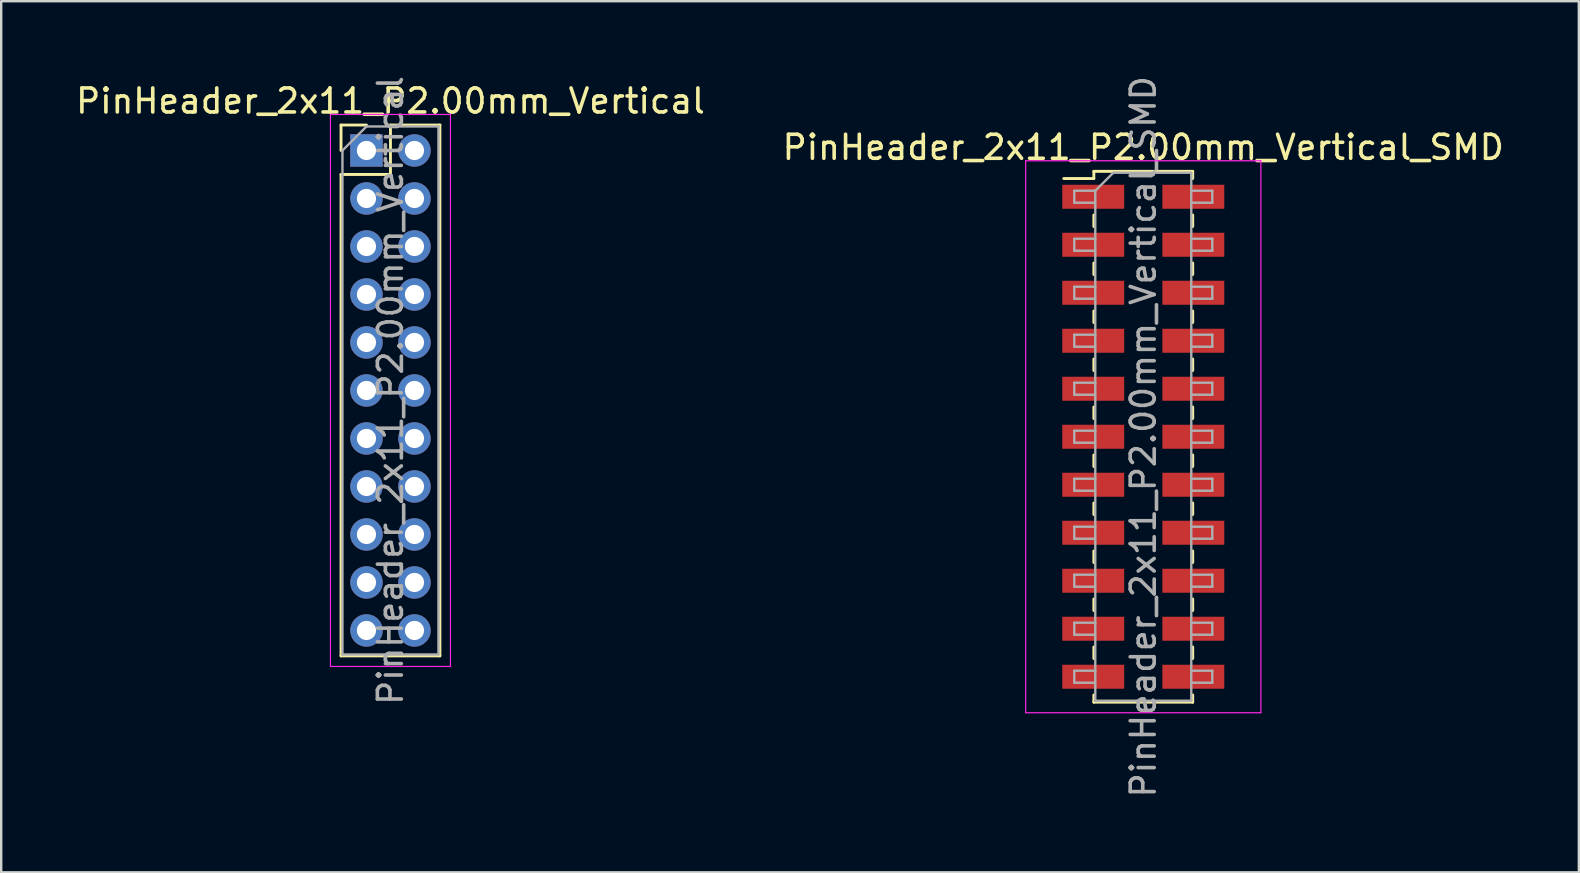
<source format=kicad_pcb>
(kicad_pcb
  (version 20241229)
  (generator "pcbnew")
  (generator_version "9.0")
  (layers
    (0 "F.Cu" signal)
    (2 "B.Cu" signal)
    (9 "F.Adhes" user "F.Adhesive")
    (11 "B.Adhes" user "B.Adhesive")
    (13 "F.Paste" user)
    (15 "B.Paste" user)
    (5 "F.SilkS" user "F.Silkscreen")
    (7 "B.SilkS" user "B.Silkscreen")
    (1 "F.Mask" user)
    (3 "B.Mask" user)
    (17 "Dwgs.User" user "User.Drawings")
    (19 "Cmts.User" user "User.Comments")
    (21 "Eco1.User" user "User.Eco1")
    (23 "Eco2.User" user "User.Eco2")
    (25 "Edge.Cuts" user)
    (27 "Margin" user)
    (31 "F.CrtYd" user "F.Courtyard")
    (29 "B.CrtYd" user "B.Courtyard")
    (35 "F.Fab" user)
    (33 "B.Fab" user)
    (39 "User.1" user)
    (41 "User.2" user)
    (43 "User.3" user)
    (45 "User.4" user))
  (footprint "PinHeader_2x11_P2.00mm_Vertical"
    (layer "F.Cu")
    (at 12.22 3.22)
    (property "Reference" "PinHeader_2x11_P2.00mm_Vertical" (at 1 -2.06 0) (layer "F.SilkS") (effects (font (size 1 1) (thickness 0.15))))
    (attr through_hole)
    (fp_line (start -1.06 -1.06) (end 0 -1.06) (stroke (width 0.12) (type solid)) (layer "F.SilkS"))
    (fp_line (start -1.06 0) (end -1.06 -1.06) (stroke (width 0.12) (type solid)) (layer "F.SilkS"))
    (fp_line (start -1.06 1) (end -1.06 21.06) (stroke (width 0.12) (type solid)) (layer "F.SilkS"))
    (fp_line (start -1.06 1) (end 1 1) (stroke (width 0.12) (type solid)) (layer "F.SilkS"))
    (fp_line (start -1.06 21.06) (end 3.06 21.06) (stroke (width 0.12) (type solid)) (layer "F.SilkS"))
    (fp_line (start 1 -1.06) (end 3.06 -1.06) (stroke (width 0.12) (type solid)) (layer "F.SilkS"))
    (fp_line (start 1 1) (end 1 -1.06) (stroke (width 0.12) (type solid)) (layer "F.SilkS"))
    (fp_line (start 3.06 -1.06) (end 3.06 21.06) (stroke (width 0.12) (type solid)) (layer "F.SilkS"))
    (fp_line (start -1.5 -1.5) (end -1.5 21.5) (stroke (width 0.05) (type solid)) (layer "F.CrtYd"))
    (fp_line (start -1.5 21.5) (end 3.5 21.5) (stroke (width 0.05) (type solid)) (layer "F.CrtYd"))
    (fp_line (start 3.5 -1.5) (end -1.5 -1.5) (stroke (width 0.05) (type solid)) (layer "F.CrtYd"))
    (fp_line (start 3.5 21.5) (end 3.5 -1.5) (stroke (width 0.05) (type solid)) (layer "F.CrtYd"))
    (fp_line (start -1 0) (end 0 -1) (stroke (width 0.1) (type solid)) (layer "F.Fab"))
    (fp_line (start -1 21) (end -1 0) (stroke (width 0.1) (type solid)) (layer "F.Fab"))
    (fp_line (start 0 -1) (end 3 -1) (stroke (width 0.1) (type solid)) (layer "F.Fab"))
    (fp_line (start 3 -1) (end 3 21) (stroke (width 0.1) (type solid)) (layer "F.Fab"))
    (fp_line (start 3 21) (end -1 21) (stroke (width 0.1) (type solid)) (layer "F.Fab"))
    (fp_text user "${REFERENCE}" (at 1 10 90) (layer "F.Fab") (effects (font (size 1 1) (thickness 0.15))))
    (pad "1" thru_hole rect (at 0 0) (size 1.35 1.35) (drill 0.8) (layers "*.Cu" "*.Mask"))
    (pad "2" thru_hole oval (at 2 0) (size 1.35 1.35) (drill 0.8) (layers "*.Cu" "*.Mask"))
    (pad "3" thru_hole oval (at 0 2) (size 1.35 1.35) (drill 0.8) (layers "*.Cu" "*.Mask"))
    (pad "4" thru_hole oval (at 2 2) (size 1.35 1.35) (drill 0.8) (layers "*.Cu" "*.Mask"))
    (pad "5" thru_hole oval (at 0 4) (size 1.35 1.35) (drill 0.8) (layers "*.Cu" "*.Mask"))
    (pad "6" thru_hole oval (at 2 4) (size 1.35 1.35) (drill 0.8) (layers "*.Cu" "*.Mask"))
    (pad "7" thru_hole oval (at 0 6) (size 1.35 1.35) (drill 0.8) (layers "*.Cu" "*.Mask"))
    (pad "8" thru_hole oval (at 2 6) (size 1.35 1.35) (drill 0.8) (layers "*.Cu" "*.Mask"))
    (pad "9" thru_hole oval (at 0 8) (size 1.35 1.35) (drill 0.8) (layers "*.Cu" "*.Mask"))
    (pad "10" thru_hole oval (at 2 8) (size 1.35 1.35) (drill 0.8) (layers "*.Cu" "*.Mask"))
    (pad "11" thru_hole oval (at 0 10) (size 1.35 1.35) (drill 0.8) (layers "*.Cu" "*.Mask"))
    (pad "12" thru_hole oval (at 2 10) (size 1.35 1.35) (drill 0.8) (layers "*.Cu" "*.Mask"))
    (pad "13" thru_hole oval (at 0 12) (size 1.35 1.35) (drill 0.8) (layers "*.Cu" "*.Mask"))
    (pad "14" thru_hole oval (at 2 12) (size 1.35 1.35) (drill 0.8) (layers "*.Cu" "*.Mask"))
    (pad "15" thru_hole oval (at 0 14) (size 1.35 1.35) (drill 0.8) (layers "*.Cu" "*.Mask"))
    (pad "16" thru_hole oval (at 2 14) (size 1.35 1.35) (drill 0.8) (layers "*.Cu" "*.Mask"))
    (pad "17" thru_hole oval (at 0 16) (size 1.35 1.35) (drill 0.8) (layers "*.Cu" "*.Mask"))
    (pad "18" thru_hole oval (at 2 16) (size 1.35 1.35) (drill 0.8) (layers "*.Cu" "*.Mask"))
    (pad "19" thru_hole oval (at 0 18) (size 1.35 1.35) (drill 0.8) (layers "*.Cu" "*.Mask"))
    (pad "20" thru_hole oval (at 2 18) (size 1.35 1.35) (drill 0.8) (layers "*.Cu" "*.Mask"))
    (pad "21" thru_hole oval (at 0 20) (size 1.35 1.35) (drill 0.8) (layers "*.Cu" "*.Mask"))
    (pad "22" thru_hole oval (at 2 20) (size 1.35 1.35) (drill 0.8) (layers "*.Cu" "*.Mask")))
  (footprint "PinHeader_2x11_P2.00mm_Vertical_SMD"
    (layer "F.Cu")
    (at 44.589 15.149)
    (property "Reference" "PinHeader_2x11_P2.00mm_Vertical_SMD" (at 0 -12.06 0) (layer "F.SilkS") (effects (font (size 1 1) (thickness 0.15))))
    (attr smd)
    (fp_line (start -3.315 -10.76) (end -2.06 -10.76) (stroke (width 0.12) (type solid)) (layer "F.SilkS"))
    (fp_line (start -2.06 -11.06) (end -2.06 -10.76) (stroke (width 0.12) (type solid)) (layer "F.SilkS"))
    (fp_line (start -2.06 -11.06) (end 2.06 -11.06) (stroke (width 0.12) (type solid)) (layer "F.SilkS"))
    (fp_line (start -2.06 -9.24) (end -2.06 -8.76) (stroke (width 0.12) (type solid)) (layer "F.SilkS"))
    (fp_line (start -2.06 -7.24) (end -2.06 -6.76) (stroke (width 0.12) (type solid)) (layer "F.SilkS"))
    (fp_line (start -2.06 -5.24) (end -2.06 -4.76) (stroke (width 0.12) (type solid)) (layer "F.SilkS"))
    (fp_line (start -2.06 -3.24) (end -2.06 -2.76) (stroke (width 0.12) (type solid)) (layer "F.SilkS"))
    (fp_line (start -2.06 -1.24) (end -2.06 -0.76) (stroke (width 0.12) (type solid)) (layer "F.SilkS"))
    (fp_line (start -2.06 0.76) (end -2.06 1.24) (stroke (width 0.12) (type solid)) (layer "F.SilkS"))
    (fp_line (start -2.06 2.76) (end -2.06 3.24) (stroke (width 0.12) (type solid)) (layer "F.SilkS"))
    (fp_line (start -2.06 4.76) (end -2.06 5.24) (stroke (width 0.12) (type solid)) (layer "F.SilkS"))
    (fp_line (start -2.06 6.76) (end -2.06 7.24) (stroke (width 0.12) (type solid)) (layer "F.SilkS"))
    (fp_line (start -2.06 8.76) (end -2.06 9.24) (stroke (width 0.12) (type solid)) (layer "F.SilkS"))
    (fp_line (start -2.06 10.76) (end -2.06 11.06) (stroke (width 0.12) (type solid)) (layer "F.SilkS"))
    (fp_line (start -2.06 11.06) (end 2.06 11.06) (stroke (width 0.12) (type solid)) (layer "F.SilkS"))
    (fp_line (start 2.06 -11.06) (end 2.06 -10.76) (stroke (width 0.12) (type solid)) (layer "F.SilkS"))
    (fp_line (start 2.06 -9.24) (end 2.06 -8.76) (stroke (width 0.12) (type solid)) (layer "F.SilkS"))
    (fp_line (start 2.06 -7.24) (end 2.06 -6.76) (stroke (width 0.12) (type solid)) (layer "F.SilkS"))
    (fp_line (start 2.06 -5.24) (end 2.06 -4.76) (stroke (width 0.12) (type solid)) (layer "F.SilkS"))
    (fp_line (start 2.06 -3.24) (end 2.06 -2.76) (stroke (width 0.12) (type solid)) (layer "F.SilkS"))
    (fp_line (start 2.06 -1.24) (end 2.06 -0.76) (stroke (width 0.12) (type solid)) (layer "F.SilkS"))
    (fp_line (start 2.06 0.76) (end 2.06 1.24) (stroke (width 0.12) (type solid)) (layer "F.SilkS"))
    (fp_line (start 2.06 2.76) (end 2.06 3.24) (stroke (width 0.12) (type solid)) (layer "F.SilkS"))
    (fp_line (start 2.06 4.76) (end 2.06 5.24) (stroke (width 0.12) (type solid)) (layer "F.SilkS"))
    (fp_line (start 2.06 6.76) (end 2.06 7.24) (stroke (width 0.12) (type solid)) (layer "F.SilkS"))
    (fp_line (start 2.06 8.76) (end 2.06 9.24) (stroke (width 0.12) (type solid)) (layer "F.SilkS"))
    (fp_line (start 2.06 10.76) (end 2.06 11.06) (stroke (width 0.12) (type solid)) (layer "F.SilkS"))
    (fp_line (start -4.9 -11.5) (end -4.9 11.5) (stroke (width 0.05) (type solid)) (layer "F.CrtYd"))
    (fp_line (start -4.9 11.5) (end 4.9 11.5) (stroke (width 0.05) (type solid)) (layer "F.CrtYd"))
    (fp_line (start 4.9 -11.5) (end -4.9 -11.5) (stroke (width 0.05) (type solid)) (layer "F.CrtYd"))
    (fp_line (start 4.9 11.5) (end 4.9 -11.5) (stroke (width 0.05) (type solid)) (layer "F.CrtYd"))
    (fp_line (start -2.875 -10.25) (end -2.875 -9.75) (stroke (width 0.1) (type solid)) (layer "F.Fab"))
    (fp_line (start -2.875 -9.75) (end -2 -9.75) (stroke (width 0.1) (type solid)) (layer "F.Fab"))
    (fp_line (start -2.875 -8.25) (end -2.875 -7.75) (stroke (width 0.1) (type solid)) (layer "F.Fab"))
    (fp_line (start -2.875 -7.75) (end -2 -7.75) (stroke (width 0.1) (type solid)) (layer "F.Fab"))
    (fp_line (start -2.875 -6.25) (end -2.875 -5.75) (stroke (width 0.1) (type solid)) (layer "F.Fab"))
    (fp_line (start -2.875 -5.75) (end -2 -5.75) (stroke (width 0.1) (type solid)) (layer "F.Fab"))
    (fp_line (start -2.875 -4.25) (end -2.875 -3.75) (stroke (width 0.1) (type solid)) (layer "F.Fab"))
    (fp_line (start -2.875 -3.75) (end -2 -3.75) (stroke (width 0.1) (type solid)) (layer "F.Fab"))
    (fp_line (start -2.875 -2.25) (end -2.875 -1.75) (stroke (width 0.1) (type solid)) (layer "F.Fab"))
    (fp_line (start -2.875 -1.75) (end -2 -1.75) (stroke (width 0.1) (type solid)) (layer "F.Fab"))
    (fp_line (start -2.875 -0.25) (end -2.875 0.25) (stroke (width 0.1) (type solid)) (layer "F.Fab"))
    (fp_line (start -2.875 0.25) (end -2 0.25) (stroke (width 0.1) (type solid)) (layer "F.Fab"))
    (fp_line (start -2.875 1.75) (end -2.875 2.25) (stroke (width 0.1) (type solid)) (layer "F.Fab"))
    (fp_line (start -2.875 2.25) (end -2 2.25) (stroke (width 0.1) (type solid)) (layer "F.Fab"))
    (fp_line (start -2.875 3.75) (end -2.875 4.25) (stroke (width 0.1) (type solid)) (layer "F.Fab"))
    (fp_line (start -2.875 4.25) (end -2 4.25) (stroke (width 0.1) (type solid)) (layer "F.Fab"))
    (fp_line (start -2.875 5.75) (end -2.875 6.25) (stroke (width 0.1) (type solid)) (layer "F.Fab"))
    (fp_line (start -2.875 6.25) (end -2 6.25) (stroke (width 0.1) (type solid)) (layer "F.Fab"))
    (fp_line (start -2.875 7.75) (end -2.875 8.25) (stroke (width 0.1) (type solid)) (layer "F.Fab"))
    (fp_line (start -2.875 8.25) (end -2 8.25) (stroke (width 0.1) (type solid)) (layer "F.Fab"))
    (fp_line (start -2.875 9.75) (end -2.875 10.25) (stroke (width 0.1) (type solid)) (layer "F.Fab"))
    (fp_line (start -2.875 10.25) (end -2 10.25) (stroke (width 0.1) (type solid)) (layer "F.Fab"))
    (fp_line (start -2 -10.25) (end -2.875 -10.25) (stroke (width 0.1) (type solid)) (layer "F.Fab"))
    (fp_line (start -2 -10.25) (end -1.25 -11) (stroke (width 0.1) (type solid)) (layer "F.Fab"))
    (fp_line (start -2 -8.25) (end -2.875 -8.25) (stroke (width 0.1) (type solid)) (layer "F.Fab"))
    (fp_line (start -2 -6.25) (end -2.875 -6.25) (stroke (width 0.1) (type solid)) (layer "F.Fab"))
    (fp_line (start -2 -4.25) (end -2.875 -4.25) (stroke (width 0.1) (type solid)) (layer "F.Fab"))
    (fp_line (start -2 -2.25) (end -2.875 -2.25) (stroke (width 0.1) (type solid)) (layer "F.Fab"))
    (fp_line (start -2 -0.25) (end -2.875 -0.25) (stroke (width 0.1) (type solid)) (layer "F.Fab"))
    (fp_line (start -2 1.75) (end -2.875 1.75) (stroke (width 0.1) (type solid)) (layer "F.Fab"))
    (fp_line (start -2 3.75) (end -2.875 3.75) (stroke (width 0.1) (type solid)) (layer "F.Fab"))
    (fp_line (start -2 5.75) (end -2.875 5.75) (stroke (width 0.1) (type solid)) (layer "F.Fab"))
    (fp_line (start -2 7.75) (end -2.875 7.75) (stroke (width 0.1) (type solid)) (layer "F.Fab"))
    (fp_line (start -2 9.75) (end -2.875 9.75) (stroke (width 0.1) (type solid)) (layer "F.Fab"))
    (fp_line (start -2 11) (end -2 -10.25) (stroke (width 0.1) (type solid)) (layer "F.Fab"))
    (fp_line (start -1.25 -11) (end 2 -11) (stroke (width 0.1) (type solid)) (layer "F.Fab"))
    (fp_line (start 2 -11) (end 2 11) (stroke (width 0.1) (type solid)) (layer "F.Fab"))
    (fp_line (start 2 -10.25) (end 2.875 -10.25) (stroke (width 0.1) (type solid)) (layer "F.Fab"))
    (fp_line (start 2 -8.25) (end 2.875 -8.25) (stroke (width 0.1) (type solid)) (layer "F.Fab"))
    (fp_line (start 2 -6.25) (end 2.875 -6.25) (stroke (width 0.1) (type solid)) (layer "F.Fab"))
    (fp_line (start 2 -4.25) (end 2.875 -4.25) (stroke (width 0.1) (type solid)) (layer "F.Fab"))
    (fp_line (start 2 -2.25) (end 2.875 -2.25) (stroke (width 0.1) (type solid)) (layer "F.Fab"))
    (fp_line (start 2 -0.25) (end 2.875 -0.25) (stroke (width 0.1) (type solid)) (layer "F.Fab"))
    (fp_line (start 2 1.75) (end 2.875 1.75) (stroke (width 0.1) (type solid)) (layer "F.Fab"))
    (fp_line (start 2 3.75) (end 2.875 3.75) (stroke (width 0.1) (type solid)) (layer "F.Fab"))
    (fp_line (start 2 5.75) (end 2.875 5.75) (stroke (width 0.1) (type solid)) (layer "F.Fab"))
    (fp_line (start 2 7.75) (end 2.875 7.75) (stroke (width 0.1) (type solid)) (layer "F.Fab"))
    (fp_line (start 2 9.75) (end 2.875 9.75) (stroke (width 0.1) (type solid)) (layer "F.Fab"))
    (fp_line (start 2 11) (end -2 11) (stroke (width 0.1) (type solid)) (layer "F.Fab"))
    (fp_line (start 2.875 -10.25) (end 2.875 -9.75) (stroke (width 0.1) (type solid)) (layer "F.Fab"))
    (fp_line (start 2.875 -9.75) (end 2 -9.75) (stroke (width 0.1) (type solid)) (layer "F.Fab"))
    (fp_line (start 2.875 -8.25) (end 2.875 -7.75) (stroke (width 0.1) (type solid)) (layer "F.Fab"))
    (fp_line (start 2.875 -7.75) (end 2 -7.75) (stroke (width 0.1) (type solid)) (layer "F.Fab"))
    (fp_line (start 2.875 -6.25) (end 2.875 -5.75) (stroke (width 0.1) (type solid)) (layer "F.Fab"))
    (fp_line (start 2.875 -5.75) (end 2 -5.75) (stroke (width 0.1) (type solid)) (layer "F.Fab"))
    (fp_line (start 2.875 -4.25) (end 2.875 -3.75) (stroke (width 0.1) (type solid)) (layer "F.Fab"))
    (fp_line (start 2.875 -3.75) (end 2 -3.75) (stroke (width 0.1) (type solid)) (layer "F.Fab"))
    (fp_line (start 2.875 -2.25) (end 2.875 -1.75) (stroke (width 0.1) (type solid)) (layer "F.Fab"))
    (fp_line (start 2.875 -1.75) (end 2 -1.75) (stroke (width 0.1) (type solid)) (layer "F.Fab"))
    (fp_line (start 2.875 -0.25) (end 2.875 0.25) (stroke (width 0.1) (type solid)) (layer "F.Fab"))
    (fp_line (start 2.875 0.25) (end 2 0.25) (stroke (width 0.1) (type solid)) (layer "F.Fab"))
    (fp_line (start 2.875 1.75) (end 2.875 2.25) (stroke (width 0.1) (type solid)) (layer "F.Fab"))
    (fp_line (start 2.875 2.25) (end 2 2.25) (stroke (width 0.1) (type solid)) (layer "F.Fab"))
    (fp_line (start 2.875 3.75) (end 2.875 4.25) (stroke (width 0.1) (type solid)) (layer "F.Fab"))
    (fp_line (start 2.875 4.25) (end 2 4.25) (stroke (width 0.1) (type solid)) (layer "F.Fab"))
    (fp_line (start 2.875 5.75) (end 2.875 6.25) (stroke (width 0.1) (type solid)) (layer "F.Fab"))
    (fp_line (start 2.875 6.25) (end 2 6.25) (stroke (width 0.1) (type solid)) (layer "F.Fab"))
    (fp_line (start 2.875 7.75) (end 2.875 8.25) (stroke (width 0.1) (type solid)) (layer "F.Fab"))
    (fp_line (start 2.875 8.25) (end 2 8.25) (stroke (width 0.1) (type solid)) (layer "F.Fab"))
    (fp_line (start 2.875 9.75) (end 2.875 10.25) (stroke (width 0.1) (type solid)) (layer "F.Fab"))
    (fp_line (start 2.875 10.25) (end 2 10.25) (stroke (width 0.1) (type solid)) (layer "F.Fab"))
    (fp_text user "${REFERENCE}" (at 0 0 90) (layer "F.Fab") (effects (font (size 1 1) (thickness 0.15))))
    (pad "1" smd rect (at -2.085 -10) (size 2.58 1) (layers "F.Cu" "F.Mask" "F.Paste"))
    (pad "2" smd rect (at 2.085 -10) (size 2.58 1) (layers "F.Cu" "F.Mask" "F.Paste"))
    (pad "3" smd rect (at -2.085 -8) (size 2.58 1) (layers "F.Cu" "F.Mask" "F.Paste"))
    (pad "4" smd rect (at 2.085 -8) (size 2.58 1) (layers "F.Cu" "F.Mask" "F.Paste"))
    (pad "5" smd rect (at -2.085 -6) (size 2.58 1) (layers "F.Cu" "F.Mask" "F.Paste"))
    (pad "6" smd rect (at 2.085 -6) (size 2.58 1) (layers "F.Cu" "F.Mask" "F.Paste"))
    (pad "7" smd rect (at -2.085 -4) (size 2.58 1) (layers "F.Cu" "F.Mask" "F.Paste"))
    (pad "8" smd rect (at 2.085 -4) (size 2.58 1) (layers "F.Cu" "F.Mask" "F.Paste"))
    (pad "9" smd rect (at -2.085 -2) (size 2.58 1) (layers "F.Cu" "F.Mask" "F.Paste"))
    (pad "10" smd rect (at 2.085 -2) (size 2.58 1) (layers "F.Cu" "F.Mask" "F.Paste"))
    (pad "11" smd rect (at -2.085 0) (size 2.58 1) (layers "F.Cu" "F.Mask" "F.Paste"))
    (pad "12" smd rect (at 2.085 0) (size 2.58 1) (layers "F.Cu" "F.Mask" "F.Paste"))
    (pad "13" smd rect (at -2.085 2) (size 2.58 1) (layers "F.Cu" "F.Mask" "F.Paste"))
    (pad "14" smd rect (at 2.085 2) (size 2.58 1) (layers "F.Cu" "F.Mask" "F.Paste"))
    (pad "15" smd rect (at -2.085 4) (size 2.58 1) (layers "F.Cu" "F.Mask" "F.Paste"))
    (pad "16" smd rect (at 2.085 4) (size 2.58 1) (layers "F.Cu" "F.Mask" "F.Paste"))
    (pad "17" smd rect (at -2.085 6) (size 2.58 1) (layers "F.Cu" "F.Mask" "F.Paste"))
    (pad "18" smd rect (at 2.085 6) (size 2.58 1) (layers "F.Cu" "F.Mask" "F.Paste"))
    (pad "19" smd rect (at -2.085 8) (size 2.58 1) (layers "F.Cu" "F.Mask" "F.Paste"))
    (pad "20" smd rect (at 2.085 8) (size 2.58 1) (layers "F.Cu" "F.Mask" "F.Paste"))
    (pad "21" smd rect (at -2.085 10) (size 2.58 1) (layers "F.Cu" "F.Mask" "F.Paste"))
    (pad "22" smd rect (at 2.085 10) (size 2.58 1) (layers "F.Cu" "F.Mask" "F.Paste")))
  (gr_rect
    (start -3 -3)
    (end 62.738 33.298)
    (stroke (width 0.1) (type default))
    (fill no)
    (layer "Edge.Cuts")))
</source>
